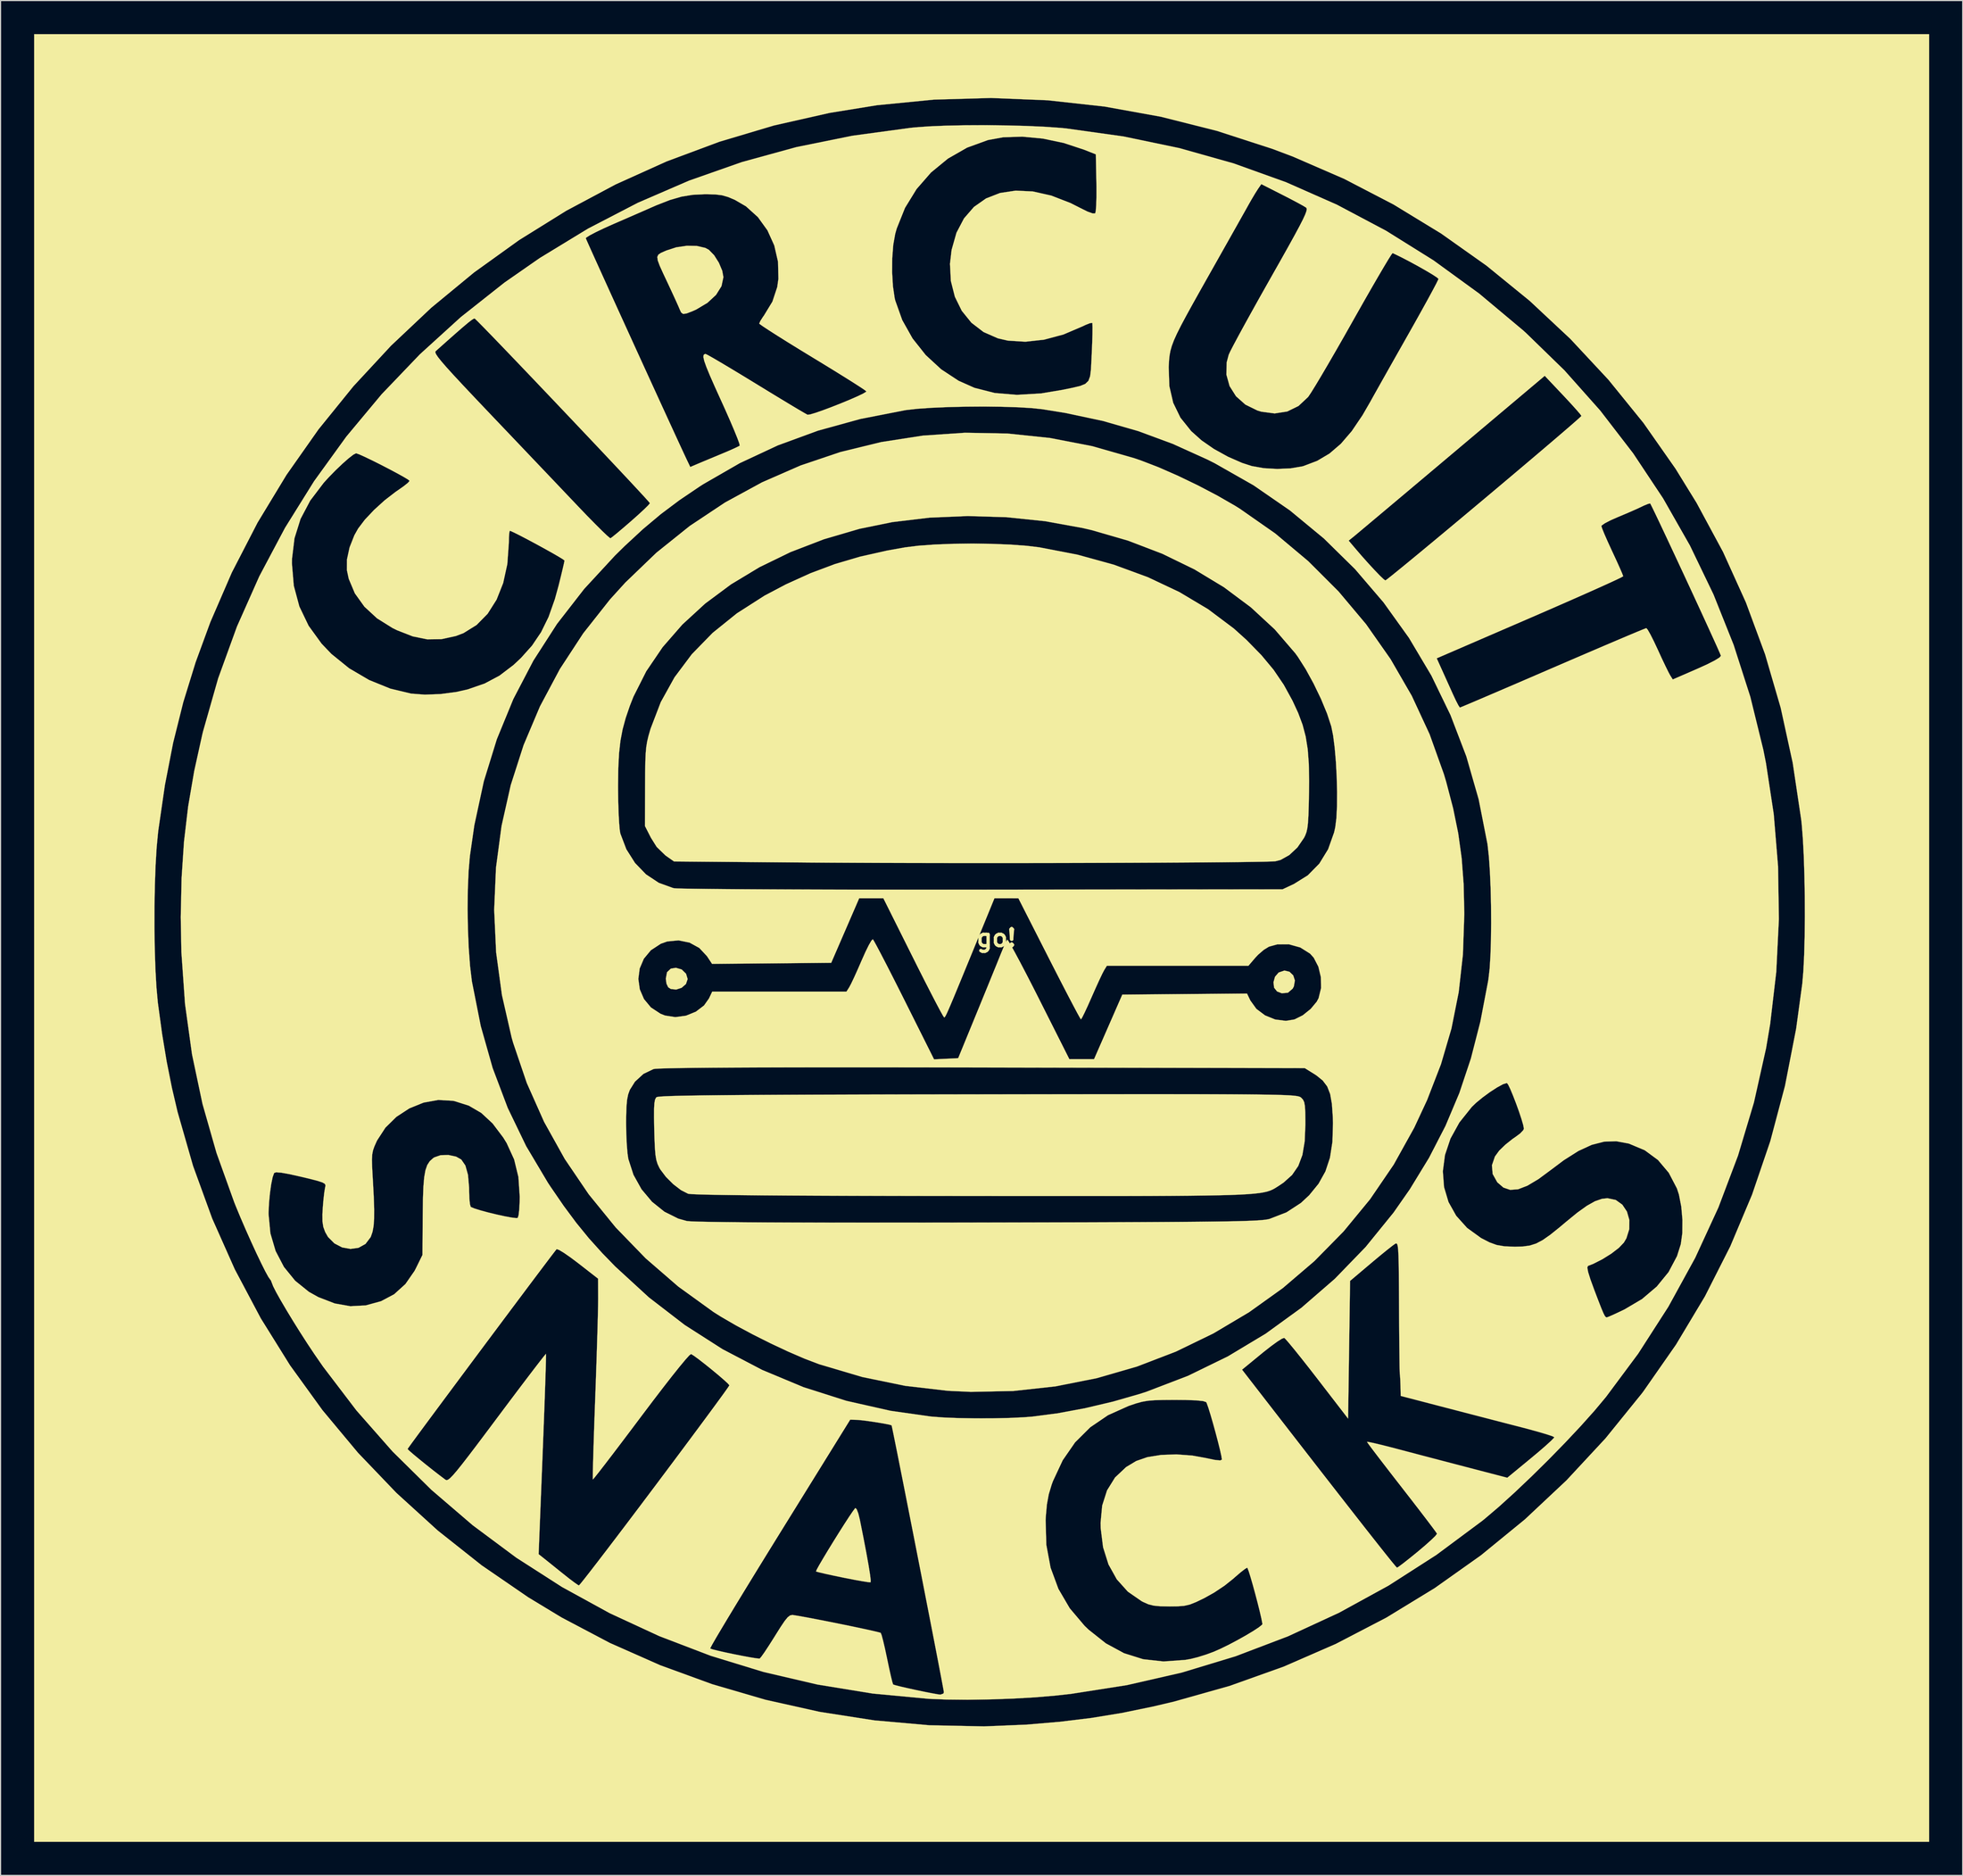
<source format=kicad_pcb>
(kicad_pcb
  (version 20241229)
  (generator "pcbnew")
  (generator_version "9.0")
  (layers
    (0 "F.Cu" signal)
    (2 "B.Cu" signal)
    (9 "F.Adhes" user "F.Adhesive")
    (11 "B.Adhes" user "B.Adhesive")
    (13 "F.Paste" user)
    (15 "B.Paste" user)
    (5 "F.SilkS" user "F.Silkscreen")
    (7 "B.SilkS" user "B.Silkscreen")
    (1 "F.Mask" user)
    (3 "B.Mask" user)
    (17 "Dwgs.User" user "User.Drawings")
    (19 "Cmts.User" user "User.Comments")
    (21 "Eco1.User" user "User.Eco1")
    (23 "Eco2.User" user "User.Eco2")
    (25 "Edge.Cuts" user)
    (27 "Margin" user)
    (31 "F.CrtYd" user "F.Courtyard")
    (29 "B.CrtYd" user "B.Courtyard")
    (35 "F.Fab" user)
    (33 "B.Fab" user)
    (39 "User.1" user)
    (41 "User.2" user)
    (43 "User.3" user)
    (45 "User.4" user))
  (footprint "Logo!"
    (layer "F.Cu")
    (at 84.731 80.823)
    (property "Reference" "Logo!" (at 0 0 0) (layer "F.SilkS") (effects (font (size 1.524 1.524) (thickness 0.3))))
    (attr through_hole)
    (fp_poly (pts (xy -26.822 2.815) (xy -26.432 3.196) (xy -26.288 3.672) (xy -26.442 4.119) (xy -26.823 4.449) (xy -27.315 4.612) (xy -27.797 4.558) (xy -28.029 4.405) (xy -28.182 4.084) (xy -28.242 3.641) (xy -28.133 3.058) (xy -27.794 2.74) (xy -27.346 2.664) (xy -26.822 2.815)) (stroke (width 0.01) (type solid)) (fill yes) (layer "F.SilkS"))
    (fp_poly (pts (xy 27.529 3.019) (xy 27.863 3.34) (xy 28.014 3.801) (xy 27.921 4.333) (xy 27.813 4.531) (xy 27.392 4.893) (xy 26.849 4.945) (xy 26.421 4.782) (xy 26.155 4.446) (xy 26.097 3.964) (xy 26.235 3.467) (xy 26.558 3.09) (xy 26.562 3.087) (xy 27.075 2.911) (xy 27.529 3.019)) (stroke (width 0.01) (type solid)) (fill yes) (layer "F.SilkS"))
    (fp_poly (pts (xy -25.454 -61.88) (xy -24.706 -61.705) (xy -24.392 -61.536) (xy -23.922 -61.053) (xy -23.498 -60.382) (xy -23.196 -59.666) (xy -23.091 -59.09) (xy -23.262 -58.285) (xy -23.75 -57.506) (xy -24.518 -56.795) (xy -25.528 -56.193) (xy -25.846 -56.051) (xy -26.382 -55.844) (xy -26.693 -55.801) (xy -26.871 -55.932) (xy -26.984 -56.173) (xy -27.118 -56.489) (xy -27.368 -57.045) (xy -27.697 -57.759) (xy -28.032 -58.48) (xy -28.482 -59.435) (xy -28.791 -60.12) (xy -28.964 -60.59) (xy -29.003 -60.898) (xy -28.911 -61.1) (xy -28.692 -61.251) (xy -28.349 -61.405) (xy -28.202 -61.469) (xy -27.306 -61.76) (xy -26.355 -61.898) (xy -25.454 -61.88)) (stroke (width 0.01) (type solid)) (fill yes) (layer "F.SilkS"))
    (fp_poly (pts (xy -11.169 51.086) (xy -11.024 51.468) (xy -10.892 52.004) (xy -10.573 53.605) (xy -10.312 54.97) (xy -10.113 56.075) (xy -9.981 56.898) (xy -9.917 57.419) (xy -9.927 57.615) (xy -9.927 57.615) (xy -10.132 57.602) (xy -10.617 57.527) (xy -11.316 57.402) (xy -12.16 57.238) (xy -12.394 57.191) (xy -13.261 57.011) (xy -13.994 56.851) (xy -14.526 56.726) (xy -14.793 56.652) (xy -14.81 56.642) (xy -14.744 56.474) (xy -14.52 56.066) (xy -14.173 55.474) (xy -13.741 54.755) (xy -13.257 53.968) (xy -12.759 53.169) (xy -12.281 52.416) (xy -11.859 51.766) (xy -11.528 51.277) (xy -11.325 51.005) (xy -11.287 50.97) (xy -11.169 51.086)) (stroke (width 0.01) (type solid)) (fill yes) (layer "F.SilkS"))
    (fp_poly (pts (xy 0.913 -35.244) (xy 2.561 -35.178) (xy 4.038 -35.07) (xy 5.151 -34.935) (xy 8.575 -34.274) (xy 11.821 -33.379) (xy 14.865 -32.261) (xy 17.684 -30.931) (xy 20.253 -29.398) (xy 22.55 -27.675) (xy 23.686 -26.652) (xy 25.023 -25.284) (xy 26.11 -23.978) (xy 27.017 -22.643) (xy 27.795 -21.226) (xy 28.31 -20.113) (xy 28.7 -19.067) (xy 28.979 -18.012) (xy 29.161 -16.874) (xy 29.258 -15.576) (xy 29.286 -14.044) (xy 29.277 -13.072) (xy 29.253 -11.872) (xy 29.225 -10.97) (xy 29.185 -10.307) (xy 29.129 -9.825) (xy 29.049 -9.466) (xy 28.939 -9.172) (xy 28.832 -8.958) (xy 28.242 -8.098) (xy 27.515 -7.417) (xy 26.732 -6.979) (xy 26.258 -6.858) (xy 25.925 -6.839) (xy 25.263 -6.82) (xy 24.297 -6.803) (xy 23.054 -6.787) (xy 21.559 -6.772) (xy 19.837 -6.758) (xy 17.915 -6.746) (xy 15.819 -6.735) (xy 13.574 -6.725) (xy 11.206 -6.717) (xy 8.741 -6.71) (xy 6.205 -6.705) (xy 3.624 -6.702) (xy 1.023 -6.701) (xy -1.572 -6.701) (xy -4.134 -6.704) (xy -6.639 -6.708) (xy -9.06 -6.714) (xy -11.372 -6.723) (xy -13.548 -6.733) (xy -15.563 -6.746) (xy -16.015 -6.75) (xy -27.501 -6.838) (xy -28.269 -7.378) (xy -29.056 -8.141) (xy -29.572 -8.964) (xy -30.107 -10.011) (xy -30.095 -13.576) (xy -30.089 -14.81) (xy -30.073 -15.759) (xy -30.043 -16.489) (xy -29.99 -17.071) (xy -29.909 -17.572) (xy -29.793 -18.061) (xy -29.635 -18.608) (xy -29.598 -18.728) (xy -28.691 -21.093) (xy -27.462 -23.309) (xy -25.916 -25.373) (xy -24.056 -27.281) (xy -21.885 -29.03) (xy -19.406 -30.616) (xy -17.496 -31.624) (xy -15.291 -32.622) (xy -13.119 -33.436) (xy -10.874 -34.098) (xy -8.451 -34.643) (xy -6.838 -34.931) (xy -5.644 -35.079) (xy -4.185 -35.184) (xy -2.547 -35.247) (xy -0.819 -35.267) (xy 0.913 -35.244)) (stroke (width 0.01) (type solid)) (fill yes) (layer "F.SilkS"))
    (fp_poly (pts (xy 17.289 13.966) (xy 19.227 13.968) (xy 20.923 13.973) (xy 22.396 13.979) (xy 23.661 13.987) (xy 24.735 13.997) (xy 25.633 14.01) (xy 26.374 14.025) (xy 26.972 14.044) (xy 27.444 14.065) (xy 27.807 14.089) (xy 28.078 14.117) (xy 28.271 14.148) (xy 28.405 14.183) (xy 28.495 14.221) (xy 28.557 14.264) (xy 28.578 14.282) (xy 28.74 14.458) (xy 28.847 14.687) (xy 28.911 15.038) (xy 28.942 15.583) (xy 28.952 16.391) (xy 28.952 16.692) (xy 28.889 18.188) (xy 28.685 19.401) (xy 28.316 20.384) (xy 27.76 21.192) (xy 26.995 21.875) (xy 26.62 22.129) (xy 26.417 22.259) (xy 26.228 22.377) (xy 26.035 22.483) (xy 25.822 22.578) (xy 25.569 22.663) (xy 25.259 22.737) (xy 24.875 22.802) (xy 24.398 22.858) (xy 23.81 22.906) (xy 23.094 22.947) (xy 22.232 22.981) (xy 21.205 23.008) (xy 19.997 23.03) (xy 18.589 23.046) (xy 16.962 23.058) (xy 15.101 23.067) (xy 12.985 23.072) (xy 10.599 23.074) (xy 7.923 23.074) (xy 4.94 23.073) (xy 1.632 23.072) (xy -0.867 23.07) (xy -4.842 23.067) (xy -8.466 23.061) (xy -11.742 23.053) (xy -14.674 23.043) (xy -17.266 23.031) (xy -19.523 23.016) (xy -21.447 22.998) (xy -23.043 22.979) (xy -24.315 22.957) (xy -25.265 22.932) (xy -25.9 22.905) (xy -26.221 22.876) (xy -26.25 22.869) (xy -26.881 22.548) (xy -27.578 22.013) (xy -28.233 21.36) (xy -28.739 20.686) (xy -28.824 20.538) (xy -28.979 20.208) (xy -29.09 19.847) (xy -29.167 19.387) (xy -29.219 18.757) (xy -29.255 17.889) (xy -29.276 17.131) (xy -29.295 16.065) (xy -29.292 15.301) (xy -29.264 14.784) (xy -29.207 14.461) (xy -29.116 14.279) (xy -29.073 14.236) (xy -28.967 14.206) (xy -28.716 14.178) (xy -28.307 14.153) (xy -27.725 14.13) (xy -26.958 14.109) (xy -25.991 14.09) (xy -24.811 14.073) (xy -23.406 14.058) (xy -21.76 14.044) (xy -19.861 14.032) (xy -17.695 14.021) (xy -15.249 14.011) (xy -12.508 14.003) (xy -9.46 13.995) (xy -6.091 13.988) (xy -2.388 13.983) (xy -0.302 13.98) (xy 3.422 13.975) (xy 6.808 13.971) (xy 9.871 13.968) (xy 12.628 13.966) (xy 15.095 13.965) (xy 17.289 13.966)) (stroke (width 0.01) (type solid)) (fill yes) (layer "F.SilkS"))
    (fp_poly (pts (xy 84.726 80.818) (xy -84.726 80.818) (xy -84.726 -0.889) (xy -73.969 -0.889) (xy -73.941 1.011) (xy -73.882 2.797) (xy -73.792 4.392) (xy -73.672 5.719) (xy -73.655 5.862) (xy -73.285 8.578) (xy -72.876 11.053) (xy -72.407 13.402) (xy -71.906 15.542) (xy -70.518 20.382) (xy -68.808 25.082) (xy -66.786 29.628) (xy -64.462 34.009) (xy -61.845 38.212) (xy -58.944 42.223) (xy -55.771 46.029) (xy -52.333 49.619) (xy -48.642 52.979) (xy -44.707 56.097) (xy -40.537 58.959) (xy -37.567 60.757) (xy -33.245 63.037) (xy -28.743 65.029) (xy -24.093 66.725) (xy -19.329 68.117) (xy -14.483 69.198) (xy -9.589 69.96) (xy -4.677 70.395) (xy 0.217 70.497) (xy 3.997 70.34) (xy 7.006 70.085) (xy 9.804 69.745) (xy 12.531 69.299) (xy 15.325 68.724) (xy 17.2 68.282) (xy 22.175 66.88) (xy 27.006 65.156) (xy 31.681 63.118) (xy 36.189 60.774) (xy 40.516 58.132) (xy 44.652 55.2) (xy 48.584 51.986) (xy 52.3 48.498) (xy 55.789 44.743) (xy 59.037 40.731) (xy 59.187 40.531) (xy 62.094 36.364) (xy 64.682 32.046) (xy 66.949 27.574) (xy 68.898 22.948) (xy 70.528 18.165) (xy 71.841 13.224) (xy 72.836 8.125) (xy 73.387 4.085) (xy 73.484 2.936) (xy 73.554 1.506) (xy 73.598 -0.13) (xy 73.616 -1.898) (xy 73.609 -3.725) (xy 73.577 -5.536) (xy 73.522 -7.258) (xy 73.442 -8.816) (xy 73.339 -10.137) (xy 73.293 -10.569) (xy 72.532 -15.658) (xy 71.456 -20.585) (xy 70.063 -25.362) (xy 68.347 -30.003) (xy 66.303 -34.518) (xy 63.928 -38.92) (xy 62.048 -41.968) (xy 59.187 -46.051) (xy 56.049 -49.921) (xy 52.652 -53.565) (xy 49.014 -56.968) (xy 45.152 -60.115) (xy 41.086 -62.994) (xy 36.832 -65.588) (xy 32.409 -67.885) (xy 27.835 -69.87) (xy 26.022 -70.554) (xy 21.045 -72.169) (xy 16.031 -73.434) (xy 10.986 -74.346) (xy 5.918 -74.905) (xy 0.833 -75.112) (xy -4.262 -74.965) (xy -9.361 -74.464) (xy -13.588 -73.779) (xy -18.582 -72.65) (xy -23.447 -71.199) (xy -28.171 -69.439) (xy -32.741 -67.378) (xy -37.143 -65.029) (xy -41.364 -62.403) (xy -45.392 -59.509) (xy -49.212 -56.359) (xy -52.812 -52.964) (xy -56.179 -49.334) (xy -59.299 -45.481) (xy -62.159 -41.415) (xy -64.747 -37.146) (xy -67.048 -32.687) (xy -68.973 -28.242) (xy -70.29 -24.652) (xy -71.391 -21.089) (xy -72.297 -17.464) (xy -73.032 -13.689) (xy -73.616 -9.676) (xy -73.648 -9.412) (xy -73.773 -8.094) (xy -73.868 -6.505) (xy -73.932 -4.724) (xy -73.966 -2.826) (xy -73.969 -0.889) (xy -84.726 -0.889) (xy -84.726 -80.818) (xy 84.726 -80.818) (xy 84.726 80.818)) (stroke (width 0.01) (type solid)) (fill yes) (layer "F.SilkS"))
    (fp_poly (pts (xy 2.306 -45.109) (xy 6.107 -44.711) (xy 9.892 -43.978) (xy 13.641 -42.905) (xy 14.245 -42.698) (xy 15.812 -42.095) (xy 17.55 -41.333) (xy 19.345 -40.469) (xy 21.084 -39.557) (xy 22.654 -38.654) (xy 23.091 -38.382) (xy 26.26 -36.168) (xy 29.208 -33.694) (xy 31.92 -30.983) (xy 34.378 -28.058) (xy 36.565 -24.94) (xy 38.466 -21.652) (xy 40.061 -18.216) (xy 41.336 -14.655) (xy 41.547 -13.946) (xy 42.165 -11.587) (xy 42.62 -9.357) (xy 42.927 -7.138) (xy 43.103 -4.816) (xy 43.162 -2.276) (xy 43.162 -2.101) (xy 43.04 1.47) (xy 42.662 4.847) (xy 42.013 8.097) (xy 41.076 11.289) (xy 39.837 14.489) (xy 38.685 16.963) (xy 36.85 20.263) (xy 34.738 23.359) (xy 32.368 26.237) (xy 29.762 28.888) (xy 26.939 31.3) (xy 23.92 33.46) (xy 20.726 35.358) (xy 17.378 36.982) (xy 13.894 38.32) (xy 10.297 39.361) (xy 6.605 40.094) (xy 2.841 40.506) (xy -0.977 40.586) (xy -3.02 40.49) (xy -6.843 40.045) (xy -10.675 39.256) (xy -14.476 38.13) (xy -14.565 38.1) (xy -15.83 37.619) (xy -17.296 36.986) (xy -18.87 36.248) (xy -20.46 35.451) (xy -21.971 34.641) (xy -23.31 33.864) (xy -23.979 33.442) (xy -27.125 31.17) (xy -30.043 28.644) (xy -32.719 25.885) (xy -35.136 22.916) (xy -37.278 19.759) (xy -39.062 16.555) (xy -31.791 16.555) (xy -31.776 17.518) (xy -31.733 18.449) (xy -31.669 19.237) (xy -31.595 19.752) (xy -31.135 21.176) (xy -30.414 22.47) (xy -29.476 23.587) (xy -28.366 24.477) (xy -27.13 25.093) (xy -26.364 25.307) (xy -26.033 25.336) (xy -25.348 25.362) (xy -24.311 25.384) (xy -22.922 25.404) (xy -21.184 25.42) (xy -19.098 25.433) (xy -16.665 25.442) (xy -13.886 25.449) (xy -10.764 25.452) (xy -7.299 25.451) (xy -3.492 25.448) (xy -0.337 25.443) (xy 3.187 25.436) (xy 6.374 25.429) (xy 9.241 25.422) (xy 11.805 25.414) (xy 14.084 25.405) (xy 16.095 25.395) (xy 17.857 25.384) (xy 19.386 25.372) (xy 20.7 25.358) (xy 21.816 25.342) (xy 22.753 25.324) (xy 23.528 25.303) (xy 24.157 25.28) (xy 24.66 25.254) (xy 25.052 25.225) (xy 25.353 25.193) (xy 25.579 25.158) (xy 25.747 25.119) (xy 25.755 25.116) (xy 27.265 24.531) (xy 28.553 23.691) (xy 29.292 23.003) (xy 30.129 21.976) (xy 30.743 20.876) (xy 31.151 19.646) (xy 31.371 18.226) (xy 31.42 16.56) (xy 31.404 16.004) (xy 31.323 14.834) (xy 31.166 13.947) (xy 30.903 13.274) (xy 30.503 12.744) (xy 29.938 12.289) (xy 29.75 12.167) (xy 28.892 11.634) (xy 0.103 11.582) (xy -4.104 11.575) (xy -7.963 11.571) (xy -11.479 11.569) (xy -14.658 11.57) (xy -17.508 11.574) (xy -20.034 11.58) (xy -22.244 11.589) (xy -24.142 11.6) (xy -25.736 11.614) (xy -27.032 11.631) (xy -28.036 11.651) (xy -28.754 11.674) (xy -29.194 11.699) (xy -29.344 11.72) (xy -30.242 12.152) (xy -31.001 12.848) (xy -31.461 13.581) (xy -31.606 13.978) (xy -31.704 14.459) (xy -31.761 15.1) (xy -31.787 15.98) (xy -31.791 16.555) (xy -39.062 16.555) (xy -39.129 16.434) (xy -40.673 12.965) (xy -41.893 9.372) (xy -42.03 8.889) (xy -42.897 5.094) (xy -43.092 3.662) (xy -30.698 3.662) (xy -30.568 4.594) (xy -30.193 5.463) (xy -29.574 6.21) (xy -28.716 6.774) (xy -28.314 6.933) (xy -27.391 7.076) (xy -26.44 6.949) (xy -25.552 6.589) (xy -24.822 6.032) (xy -24.384 5.411) (xy -24.091 4.796) (xy -12.087 4.796) (xy -11.834 4.396) (xy -11.666 4.079) (xy -11.398 3.515) (xy -11.069 2.786) (xy -10.73 2.008) (xy -10.393 1.254) (xy -10.094 0.647) (xy -9.863 0.246) (xy -9.733 0.112) (xy -9.729 0.114) (xy -9.616 0.289) (xy -9.365 0.746) (xy -8.996 1.445) (xy -8.527 2.349) (xy -7.979 3.421) (xy -7.371 4.623) (xy -6.916 5.529) (xy -4.253 10.852) (xy -3.175 10.799) (xy -2.096 10.746) (xy -0.42 6.661) (xy 0.072 5.459) (xy 0.547 4.298) (xy 0.978 3.241) (xy 1.341 2.35) (xy 1.609 1.686) (xy 1.716 1.421) (xy 1.961 0.828) (xy 2.165 0.37) (xy 2.285 0.145) (xy 2.287 0.143) (xy 2.39 0.266) (xy 2.632 0.672) (xy 2.993 1.325) (xy 3.456 2.19) (xy 4.001 3.232) (xy 4.609 4.414) (xy 5.122 5.427) (xy 7.846 10.835) (xy 10.053 10.835) (xy 11.317 7.949) (xy 12.58 5.062) (xy 18.157 5.015) (xy 23.733 4.969) (xy 24.029 5.588) (xy 24.569 6.338) (xy 25.343 6.919) (xy 26.254 7.289) (xy 27.207 7.409) (xy 27.977 7.282) (xy 28.718 6.912) (xy 29.421 6.349) (xy 29.962 5.702) (xy 30.133 5.382) (xy 30.352 4.486) (xy 30.338 3.51) (xy 30.113 2.565) (xy 29.698 1.762) (xy 29.371 1.398) (xy 28.494 0.847) (xy 27.48 0.566) (xy 26.437 0.571) (xy 25.694 0.776) (xy 25.236 1.057) (xy 24.724 1.498) (xy 24.484 1.753) (xy 23.856 2.487) (xy 11.198 2.487) (xy 10.953 2.886) (xy 10.788 3.202) (xy 10.521 3.765) (xy 10.189 4.493) (xy 9.84 5.284) (xy 9.5 6.049) (xy 9.208 6.677) (xy 8.993 7.108) (xy 8.884 7.278) (xy 8.882 7.279) (xy 8.783 7.125) (xy 8.543 6.691) (xy 8.182 6.012) (xy 7.717 5.126) (xy 7.169 4.068) (xy 6.556 2.874) (xy 6.039 1.862) (xy 3.286 -3.55) (xy 1.148 -3.552) (xy -0.436 0.311) (xy -1.123 1.984) (xy -1.688 3.358) (xy -2.143 4.462) (xy -2.501 5.326) (xy -2.776 5.978) (xy -2.979 6.448) (xy -3.124 6.767) (xy -3.222 6.962) (xy -3.286 7.063) (xy -3.33 7.101) (xy -3.351 7.105) (xy -3.455 6.952) (xy -3.698 6.517) (xy -4.059 5.838) (xy -4.52 4.95) (xy -5.062 3.892) (xy -5.666 2.699) (xy -6.128 1.776) (xy -8.788 -3.552) (xy -10.949 -3.552) (xy -12.199 -0.666) (xy -13.45 2.22) (xy -18.778 2.267) (xy -24.106 2.314) (xy -24.564 1.623) (xy -25.249 0.89) (xy -26.122 0.413) (xy -27.104 0.213) (xy -28.116 0.312) (xy -28.686 0.513) (xy -29.576 1.094) (xy -30.205 1.852) (xy -30.578 2.728) (xy -30.698 3.662) (xy -43.092 3.662) (xy -43.415 1.286) (xy -43.59 -2.514) (xy -43.427 -6.287) (xy -42.931 -10.013) (xy -42.112 -13.65) (xy -32.511 -13.65) (xy -32.511 -13.334) (xy -32.497 -12.236) (xy -32.466 -11.212) (xy -32.419 -10.335) (xy -32.363 -9.677) (xy -32.308 -9.341) (xy -31.773 -7.936) (xy -30.993 -6.704) (xy -30.01 -5.688) (xy -28.866 -4.93) (xy -27.603 -4.473) (xy -27.492 -4.45) (xy -27.23 -4.432) (xy -26.632 -4.416) (xy -25.72 -4.401) (xy -24.512 -4.387) (xy -23.03 -4.374) (xy -21.292 -4.362) (xy -19.32 -4.352) (xy -17.134 -4.343) (xy -14.753 -4.335) (xy -12.197 -4.329) (xy -9.487 -4.325) (xy -6.643 -4.323) (xy -3.685 -4.323) (xy -0.633 -4.324) (xy 0.089 -4.325) (xy 26.91 -4.352) (xy 27.922 -4.826) (xy 29.167 -5.601) (xy 30.194 -6.644) (xy 30.984 -7.932) (xy 31.52 -9.439) (xy 31.622 -9.896) (xy 31.725 -10.713) (xy 31.779 -11.794) (xy 31.787 -13.051) (xy 31.753 -14.398) (xy 31.681 -15.746) (xy 31.573 -17.009) (xy 31.434 -18.099) (xy 31.269 -18.917) (xy 30.891 -20.067) (xy 30.347 -21.38) (xy 29.692 -22.74) (xy 28.983 -24.033) (xy 28.277 -25.144) (xy 28.04 -25.47) (xy 26.208 -27.599) (xy 24.078 -29.567) (xy 21.675 -31.36) (xy 19.027 -32.961) (xy 16.159 -34.356) (xy 13.097 -35.528) (xy 9.868 -36.464) (xy 9.021 -36.662) (xy 5.672 -37.269) (xy 2.227 -37.625) (xy -1.244 -37.73) (xy -4.67 -37.584) (xy -7.98 -37.188) (xy -10.924 -36.587) (xy -14.1 -35.656) (xy -17.085 -34.509) (xy -19.862 -33.159) (xy -22.413 -31.62) (xy -24.719 -29.906) (xy -26.762 -28.03) (xy -28.525 -26.007) (xy -29.99 -23.85) (xy -31.139 -21.573) (xy -31.462 -20.752) (xy -31.83 -19.671) (xy -32.105 -18.657) (xy -32.299 -17.63) (xy -32.424 -16.507) (xy -32.491 -15.207) (xy -32.511 -13.65) (xy -42.112 -13.65) (xy -42.107 -13.673) (xy -40.959 -17.245) (xy -39.493 -20.711) (xy -37.713 -24.05) (xy -35.625 -27.242) (xy -33.233 -30.269) (xy -31.863 -31.779) (xy -29.082 -34.452) (xy -26.102 -36.841) (xy -22.945 -38.941) (xy -19.633 -40.746) (xy -16.187 -42.252) (xy -12.628 -43.453) (xy -8.978 -44.344) (xy -5.258 -44.921) (xy -1.49 -45.177) (xy 2.306 -45.109)) (stroke (width 0.01) (type solid)) (fill yes) (layer "F.SilkS"))
    (fp_poly (pts (xy 2.212 -72.659) (xy 3.998 -72.612) (xy 5.641 -72.538) (xy 7.061 -72.438) (xy 7.549 -72.391) (xy 12.688 -71.672) (xy 17.681 -70.63) (xy 22.528 -69.265) (xy 27.225 -67.578) (xy 31.772 -65.57) (xy 36.166 -63.241) (xy 40.406 -60.593) (xy 44.489 -57.625) (xy 48.414 -54.34) (xy 48.669 -54.111) (xy 52.113 -50.762) (xy 55.314 -47.164) (xy 58.259 -43.34) (xy 60.938 -39.31) (xy 63.337 -35.097) (xy 65.444 -30.721) (xy 67.249 -26.204) (xy 68.739 -21.568) (xy 69.901 -16.834) (xy 70.14 -15.631) (xy 70.834 -11.079) (xy 71.219 -6.412) (xy 71.294 -1.69) (xy 71.06 3.027) (xy 70.516 7.679) (xy 70.148 9.858) (xy 69.063 14.705) (xy 67.64 19.455) (xy 65.886 24.093) (xy 63.808 28.603) (xy 61.412 32.969) (xy 58.707 37.175) (xy 55.833 41.039) (xy 54.808 42.265) (xy 53.567 43.652) (xy 52.171 45.138) (xy 50.681 46.663) (xy 49.157 48.165) (xy 47.661 49.585) (xy 46.253 50.861) (xy 44.993 51.933) (xy 44.761 52.12) (xy 40.665 55.164) (xy 36.396 57.903) (xy 31.969 60.331) (xy 27.399 62.442) (xy 22.702 64.229) (xy 17.891 65.687) (xy 12.983 66.81) (xy 7.992 67.591) (xy 6.572 67.748) (xy 4.78 67.899) (xy 2.809 68.012) (xy 0.765 68.084) (xy -1.246 68.114) (xy -3.115 68.098) (xy -4.707 68.035) (xy -9.739 67.561) (xy -14.681 66.755) (xy -19.518 65.626) (xy -24.234 64.181) (xy -25.929 63.533) (xy -24.272 63.533) (xy -24.063 63.609) (xy -23.589 63.729) (xy -22.933 63.877) (xy -22.179 64.036) (xy -21.413 64.188) (xy -20.717 64.317) (xy -20.176 64.405) (xy -19.875 64.435) (xy -19.846 64.432) (xy -19.702 64.269) (xy -19.413 63.862) (xy -19.021 63.268) (xy -18.564 62.546) (xy -18.492 62.431) (xy -17.984 61.621) (xy -17.614 61.072) (xy -17.342 60.739) (xy -17.127 60.575) (xy -16.931 60.534) (xy -16.859 60.54) (xy -16.358 60.621) (xy -15.633 60.752) (xy -14.746 60.92) (xy -13.756 61.114) (xy -12.725 61.321) (xy -11.713 61.528) (xy -10.78 61.724) (xy -9.988 61.896) (xy -9.397 62.032) (xy -9.067 62.118) (xy -9.021 62.138) (xy -8.939 62.35) (xy -8.808 62.84) (xy -8.644 63.538) (xy -8.466 64.372) (xy -8.448 64.461) (xy -8.272 65.3) (xy -8.114 66.006) (xy -7.99 66.51) (xy -7.917 66.742) (xy -7.913 66.748) (xy -7.715 66.816) (xy -7.253 66.934) (xy -6.61 67.082) (xy -5.873 67.244) (xy -5.124 67.4) (xy -4.448 67.533) (xy -3.931 67.625) (xy -3.686 67.656) (xy -3.423 67.565) (xy -3.375 67.446) (xy -3.408 67.24) (xy -3.503 66.724) (xy -3.653 65.93) (xy -3.851 64.894) (xy -4.09 63.651) (xy -4.364 62.234) (xy -4.667 60.679) (xy -4.99 59.02) (xy -5.327 57.292) (xy -5.672 55.529) (xy -6.018 53.765) (xy -6.352 52.069) (xy 5.723 52.069) (xy 5.785 54.261) (xy 6.167 56.309) (xy 6.866 58.203) (xy 7.88 59.936) (xy 9.206 61.503) (xy 9.564 61.847) (xy 11.111 63.074) (xy 12.736 63.954) (xy 14.448 64.492) (xy 16.261 64.691) (xy 18.186 64.554) (xy 18.715 64.462) (xy 19.345 64.303) (xy 20.118 64.059) (xy 20.758 63.823) (xy 21.38 63.549) (xy 22.108 63.191) (xy 22.877 62.784) (xy 23.623 62.366) (xy 24.28 61.973) (xy 24.784 61.643) (xy 25.07 61.413) (xy 25.111 61.341) (xy 25.023 60.878) (xy 24.873 60.223) (xy 24.68 59.45) (xy 24.465 58.631) (xy 24.247 57.837) (xy 24.046 57.141) (xy 23.881 56.617) (xy 23.771 56.335) (xy 23.747 56.306) (xy 23.552 56.418) (xy 23.168 56.716) (xy 22.669 57.142) (xy 22.497 57.296) (xy 21.73 57.908) (xy 20.802 58.527) (xy 19.907 59.028) (xy 19.176 59.38) (xy 18.626 59.599) (xy 18.125 59.715) (xy 17.54 59.762) (xy 16.799 59.77) (xy 15.972 59.756) (xy 15.383 59.7) (xy 14.913 59.58) (xy 14.446 59.373) (xy 14.299 59.296) (xy 13.077 58.45) (xy 12.089 57.35) (xy 11.346 56.018) (xy 10.861 54.48) (xy 10.647 52.76) (xy 10.637 52.302) (xy 10.781 50.752) (xy 11.215 49.395) (xy 11.93 48.243) (xy 12.921 47.309) (xy 13.829 46.764) (xy 14.823 46.421) (xy 16.051 46.224) (xy 17.42 46.175) (xy 18.839 46.28) (xy 20.027 46.495) (xy 20.845 46.667) (xy 21.331 46.716) (xy 21.488 46.645) (xy 21.439 46.322) (xy 21.314 45.758) (xy 21.132 45.029) (xy 20.917 44.212) (xy 20.688 43.384) (xy 20.467 42.622) (xy 20.274 42.002) (xy 20.132 41.603) (xy 20.077 41.498) (xy 19.797 41.407) (xy 19.174 41.344) (xy 18.22 41.31) (xy 17.265 41.303) (xy 16.22 41.309) (xy 15.441 41.333) (xy 14.838 41.384) (xy 14.323 41.476) (xy 13.804 41.619) (xy 13.193 41.826) (xy 13.136 41.846) (xy 11.304 42.669) (xy 9.712 43.752) (xy 8.361 45.096) (xy 7.249 46.703) (xy 6.376 48.573) (xy 6.265 48.876) (xy 6.003 49.748) (xy 5.836 50.658) (xy 5.739 51.744) (xy 5.723 52.069) (xy -6.352 52.069) (xy -6.358 52.036) (xy -6.686 50.375) (xy -6.993 48.818) (xy -7.275 47.398) (xy -7.523 46.151) (xy -7.732 45.112) (xy -7.894 44.313) (xy -8.002 43.791) (xy -8.051 43.58) (xy -8.052 43.577) (xy -8.253 43.516) (xy -8.706 43.426) (xy -9.312 43.323) (xy -9.971 43.223) (xy -10.583 43.141) (xy -11.048 43.094) (xy -11.161 43.088) (xy -11.754 43.073) (xy -18.063 53.253) (xy -19.13 54.978) (xy -20.137 56.614) (xy -21.069 58.135) (xy -21.912 59.518) (xy -22.65 60.738) (xy -23.268 61.769) (xy -23.752 62.586) (xy -24.085 63.165) (xy -24.254 63.481) (xy -24.272 63.533) (xy -25.929 63.533) (xy -28.817 62.429) (xy -33.25 60.378) (xy -37.52 58.036) (xy -41.611 55.411) (xy -45.51 52.511) (xy -49.202 49.345) (xy -52.672 45.921) (xy -52.873 45.694) (xy -51.333 45.694) (xy -51.203 45.831) (xy -50.854 46.135) (xy -50.347 46.556) (xy -49.746 47.044) (xy -49.112 47.549) (xy -48.506 48.02) (xy -47.991 48.408) (xy -47.935 48.448) (xy -47.841 48.481) (xy -47.713 48.44) (xy -47.532 48.302) (xy -47.276 48.041) (xy -46.927 47.635) (xy -46.464 47.059) (xy -45.867 46.289) (xy -45.115 45.3) (xy -44.189 44.068) (xy -43.317 42.902) (xy -42.383 41.654) (xy -41.515 40.5) (xy -40.737 39.472) (xy -40.072 38.599) (xy -39.542 37.91) (xy -39.169 37.434) (xy -38.977 37.203) (xy -38.956 37.185) (xy -38.952 37.367) (xy -38.963 37.871) (xy -38.985 38.662) (xy -39.019 39.706) (xy -39.062 40.971) (xy -39.115 42.421) (xy -39.176 44.024) (xy -39.243 45.746) (xy -39.259 46.167) (xy -39.615 55.097) (xy -39.213 55.416) (xy -38.898 55.667) (xy -38.393 56.072) (xy -37.785 56.562) (xy -37.478 56.808) (xy -36.893 57.271) (xy -36.409 57.636) (xy -36.094 57.854) (xy -36.014 57.893) (xy -35.887 57.757) (xy -35.566 57.36) (xy -35.07 56.727) (xy -34.416 55.881) (xy -33.623 54.847) (xy -32.71 53.649) (xy -31.695 52.311) (xy -30.597 50.857) (xy -29.434 49.31) (xy -29.22 49.026) (xy -28.049 47.462) (xy -26.943 45.982) (xy -25.921 44.609) (xy -25.001 43.369) (xy -24.2 42.285) (xy -23.538 41.382) (xy -23.032 40.686) (xy -22.701 40.22) (xy -22.561 40.009) (xy -22.558 40) (xy -22.688 39.842) (xy -23.035 39.522) (xy -23.531 39.094) (xy -24.113 38.611) (xy -24.714 38.127) (xy -25.268 37.696) (xy -25.709 37.371) (xy -25.973 37.206) (xy -25.982 37.202) (xy -26.139 37.321) (xy -26.486 37.704) (xy -27.005 38.328) (xy -27.678 39.169) (xy -28.486 40.206) (xy -29.411 41.414) (xy -30.435 42.77) (xy -30.455 42.798) (xy -31.385 44.035) (xy -32.247 45.177) (xy -33.019 46.194) (xy -33.679 47.055) (xy -34.202 47.731) (xy -34.567 48.191) (xy -34.75 48.407) (xy -34.767 48.42) (xy -34.773 48.236) (xy -34.766 47.735) (xy -34.747 46.953) (xy -34.718 45.93) (xy -34.68 44.701) (xy -34.633 43.305) (xy -34.578 41.78) (xy -34.553 41.1) (xy -34.494 39.451) (xy -34.439 37.847) (xy -34.391 36.339) (xy -34.35 34.976) (xy -34.319 33.807) (xy -34.299 32.882) (xy -34.291 32.251) (xy -34.291 32.15) (xy -34.299 30.462) (xy -36.087 29.07) (xy -36.768 28.559) (xy -37.351 28.155) (xy -37.78 27.897) (xy -37.998 27.821) (xy -38.009 27.827) (xy -38.167 28.027) (xy -38.511 28.476) (xy -39.017 29.145) (xy -39.665 30.004) (xy -40.431 31.024) (xy -41.294 32.176) (xy -42.233 33.43) (xy -43.224 34.756) (xy -44.246 36.125) (xy -45.277 37.507) (xy -46.295 38.874) (xy -47.278 40.195) (xy -48.204 41.441) (xy -49.052 42.583) (xy -49.798 43.59) (xy -50.421 44.434) (xy -50.899 45.085) (xy -51.21 45.514) (xy -51.332 45.691) (xy -51.333 45.694) (xy -52.873 45.694) (xy -55.906 42.247) (xy -58.889 38.331) (xy -59.653 37.228) (xy -60.293 36.266) (xy -60.948 35.248) (xy -61.587 34.226) (xy -62.178 33.251) (xy -62.691 32.377) (xy -63.095 31.655) (xy -63.357 31.136) (xy -63.445 30.906) (xy -63.559 30.613) (xy -63.611 30.551) (xy -63.78 30.312) (xy -64.061 29.8) (xy -64.429 29.067) (xy -64.859 28.169) (xy -65.324 27.158) (xy -65.801 26.09) (xy -66.265 25.017) (xy -66.395 24.704) (xy -63.764 24.704) (xy -63.602 26.406) (xy -63.136 27.989) (xy -62.39 29.417) (xy -61.387 30.649) (xy -60.151 31.646) (xy -59.319 32.11) (xy -57.845 32.68) (xy -56.451 32.926) (xy -55.08 32.854) (xy -53.705 32.478) (xy -52.538 31.859) (xy -51.526 30.943) (xy -50.714 29.773) (xy -50.584 29.524) (xy -50.001 28.337) (xy -49.978 24.782) (xy -49.96 23.361) (xy -49.919 22.248) (xy -49.848 21.398) (xy -49.735 20.765) (xy -49.573 20.301) (xy -49.351 19.96) (xy -49.061 19.697) (xy -48.946 19.618) (xy -48.382 19.422) (xy -47.678 19.404) (xy -46.994 19.55) (xy -46.531 19.811) (xy -46.164 20.347) (xy -45.932 21.179) (xy -45.832 22.321) (xy -45.828 22.681) (xy -45.808 23.319) (xy -45.756 23.806) (xy -45.684 24.045) (xy -45.677 24.051) (xy -45.354 24.187) (xy -44.805 24.358) (xy -44.115 24.545) (xy -43.367 24.726) (xy -42.646 24.884) (xy -42.035 24.997) (xy -41.617 25.047) (xy -41.482 25.031) (xy -41.408 24.791) (xy -41.348 24.281) (xy -41.312 23.59) (xy -41.304 23.133) (xy -41.422 21.372) (xy -41.805 19.797) (xy -42.473 18.34) (xy -42.778 17.844) (xy -43.73 16.583) (xy -44.742 15.644) (xy -45.861 14.99) (xy -47.135 14.588) (xy -47.289 14.557) (xy -48.59 14.483) (xy -49.907 14.721) (xy -51.176 15.236) (xy -52.334 15.993) (xy -53.315 16.959) (xy -54.057 18.098) (xy -54.126 18.244) (xy -54.306 18.649) (xy -54.426 18.996) (xy -54.495 19.359) (xy -54.519 19.818) (xy -54.504 20.447) (xy -54.457 21.325) (xy -54.432 21.743) (xy -54.357 23.148) (xy -54.321 24.252) (xy -54.325 25.106) (xy -54.373 25.76) (xy -54.466 26.268) (xy -54.607 26.679) (xy -54.645 26.762) (xy -55.098 27.358) (xy -55.72 27.702) (xy -56.439 27.803) (xy -57.182 27.669) (xy -57.877 27.309) (xy -58.451 26.731) (xy -58.701 26.295) (xy -58.867 25.841) (xy -58.946 25.347) (xy -58.95 24.696) (xy -58.916 24.116) (xy -58.854 23.381) (xy -58.781 22.747) (xy -58.713 22.325) (xy -58.698 22.267) (xy -58.673 22.108) (xy -58.74 21.978) (xy -58.953 21.857) (xy -59.362 21.722) (xy -60.019 21.551) (xy -60.863 21.349) (xy -61.907 21.116) (xy -62.637 20.985) (xy -63.081 20.951) (xy -63.265 21.01) (xy -63.399 21.385) (xy -63.529 22.019) (xy -63.641 22.815) (xy -63.724 23.679) (xy -63.763 24.513) (xy -63.764 24.704) (xy -66.395 24.704) (xy -66.689 23.995) (xy -66.838 23.622) (xy -68.419 19.221) (xy -69.673 14.832) (xy -70.609 10.406) (xy -71.235 5.896) (xy -71.561 1.254) (xy -71.617 -1.865) (xy -71.601 -2.59) (xy -45.966 -2.59) (xy -45.938 -0.804) (xy -45.864 0.926) (xy -45.747 2.504) (xy -45.588 3.831) (xy -45.575 3.915) (xy -44.79 7.875) (xy -43.728 11.627) (xy -42.379 15.197) (xy -40.733 18.609) (xy -38.781 21.891) (xy -38.565 22.217) (xy -37.372 23.956) (xy -36.251 25.466) (xy -35.127 26.844) (xy -33.921 28.184) (xy -32.757 29.382) (xy -29.754 32.138) (xy -26.554 34.602) (xy -23.173 36.766) (xy -19.626 38.622) (xy -15.929 40.165) (xy -12.095 41.386) (xy -8.142 42.278) (xy -4.529 42.79) (xy -3.427 42.874) (xy -2.074 42.928) (xy -0.574 42.953) (xy 0.97 42.95) (xy 2.453 42.918) (xy 3.772 42.856) (xy 4.543 42.796) (xy 6.816 42.499) (xy 9.261 42.043) (xy 11.746 41.457) (xy 14.141 40.769) (xy 14.74 40.575) (xy 18.456 39.151) (xy 19.586 38.6) (xy 23.289 38.6) (xy 24.478 40.135) (xy 26.604 42.879) (xy 28.544 45.38) (xy 30.295 47.634) (xy 31.855 49.637) (xy 33.22 51.385) (xy 34.386 52.875) (xy 35.352 54.101) (xy 36.114 55.062) (xy 36.668 55.752) (xy 37.013 56.168) (xy 37.144 56.306) (xy 37.317 56.2) (xy 37.707 55.908) (xy 38.259 55.474) (xy 38.917 54.941) (xy 39.012 54.862) (xy 39.667 54.308) (xy 40.204 53.828) (xy 40.572 53.469) (xy 40.721 53.277) (xy 40.721 53.266) (xy 40.604 53.092) (xy 40.297 52.675) (xy 39.826 52.052) (xy 39.22 51.26) (xy 38.508 50.336) (xy 37.716 49.317) (xy 37.568 49.126) (xy 36.768 48.097) (xy 36.045 47.161) (xy 35.425 46.354) (xy 34.936 45.711) (xy 34.606 45.268) (xy 34.463 45.063) (xy 34.459 45.054) (xy 34.621 45.068) (xy 35.067 45.162) (xy 35.742 45.322) (xy 36.585 45.535) (xy 37.167 45.687) (xy 38.246 45.972) (xy 39.552 46.316) (xy 40.966 46.687) (xy 42.372 47.055) (xy 43.441 47.334) (xy 47.007 48.264) (xy 49.125 46.519) (xy 49.852 45.911) (xy 50.467 45.377) (xy 50.924 44.959) (xy 51.176 44.698) (xy 51.21 44.638) (xy 51.036 44.55) (xy 50.574 44.395) (xy 49.881 44.188) (xy 49.015 43.948) (xy 48.28 43.754) (xy 47.188 43.473) (xy 45.862 43.129) (xy 44.408 42.752) (xy 42.937 42.37) (xy 41.557 42.011) (xy 41.43 41.978) (xy 37.478 40.948) (xy 37.458 40.057) (xy 37.438 39.506) (xy 37.411 39.1) (xy 37.396 38.988) (xy 37.385 38.773) (xy 37.374 38.247) (xy 37.363 37.451) (xy 37.351 36.431) (xy 37.341 35.227) (xy 37.332 33.885) (xy 37.328 32.987) (xy 37.319 31.396) (xy 37.309 30.125) (xy 37.296 29.141) (xy 37.276 28.409) (xy 37.249 27.894) (xy 37.212 27.563) (xy 37.163 27.38) (xy 37.1 27.311) (xy 37.021 27.322) (xy 36.99 27.337) (xy 36.744 27.512) (xy 36.288 27.87) (xy 35.682 28.362) (xy 34.987 28.941) (xy 34.814 29.087) (xy 32.949 30.663) (xy 32.86 36.82) (xy 32.771 42.976) (xy 30.02 39.406) (xy 29.262 38.43) (xy 28.567 37.549) (xy 27.967 36.802) (xy 27.494 36.229) (xy 27.178 35.867) (xy 27.059 35.755) (xy 26.851 35.832) (xy 26.43 36.099) (xy 25.855 36.517) (xy 25.184 37.044) (xy 25.07 37.138) (xy 23.289 38.6) (xy 19.586 38.6) (xy 22.019 37.414) (xy 25.408 35.378) (xy 28.604 33.06) (xy 31.587 30.473) (xy 34.338 27.633) (xy 36.837 24.555) (xy 38.293 22.469) (xy 39.275 20.861) (xy 41.244 20.861) (xy 41.351 22.275) (xy 41.75 23.612) (xy 42.438 24.839) (xy 43.411 25.923) (xy 44.663 26.83) (xy 45.423 27.221) (xy 46.055 27.45) (xy 46.762 27.57) (xy 47.68 27.605) (xy 47.692 27.605) (xy 48.417 27.584) (xy 49.028 27.499) (xy 49.592 27.319) (xy 50.175 27.01) (xy 50.846 26.541) (xy 51.671 25.879) (xy 52.221 25.416) (xy 53.27 24.558) (xy 54.131 23.942) (xy 54.849 23.539) (xy 55.471 23.324) (xy 55.968 23.269) (xy 56.705 23.424) (xy 57.293 23.845) (xy 57.707 24.465) (xy 57.923 25.217) (xy 57.915 26.035) (xy 57.659 26.851) (xy 57.432 27.236) (xy 56.987 27.704) (xy 56.313 28.222) (xy 55.514 28.722) (xy 54.694 29.138) (xy 54.22 29.323) (xy 54.164 29.473) (xy 54.235 29.865) (xy 54.441 30.525) (xy 54.789 31.48) (xy 54.797 31.5) (xy 55.158 32.446) (xy 55.418 33.11) (xy 55.599 33.539) (xy 55.724 33.786) (xy 55.816 33.898) (xy 55.898 33.926) (xy 55.904 33.926) (xy 56.102 33.853) (xy 56.542 33.659) (xy 57.146 33.377) (xy 57.49 33.211) (xy 59.053 32.289) (xy 60.376 31.166) (xy 61.43 29.874) (xy 62.186 28.447) (xy 62.525 27.375) (xy 62.66 26.379) (xy 62.671 25.214) (xy 62.566 24.022) (xy 62.357 22.944) (xy 62.18 22.399) (xy 61.447 20.994) (xy 60.481 19.85) (xy 59.296 18.979) (xy 57.904 18.395) (xy 57.842 18.377) (xy 56.752 18.176) (xy 55.671 18.211) (xy 54.556 18.496) (xy 53.367 19.044) (xy 52.062 19.87) (xy 50.978 20.684) (xy 49.801 21.555) (xy 48.809 22.147) (xy 47.974 22.468) (xy 47.268 22.523) (xy 46.663 22.318) (xy 46.132 21.862) (xy 46.104 21.828) (xy 45.699 21.103) (xy 45.633 20.325) (xy 45.902 19.539) (xy 46.284 19.014) (xy 46.839 18.478) (xy 47.48 17.967) (xy 47.705 17.814) (xy 48.151 17.485) (xy 48.436 17.184) (xy 48.491 17.052) (xy 48.433 16.73) (xy 48.278 16.197) (xy 48.057 15.53) (xy 47.797 14.81) (xy 47.529 14.114) (xy 47.282 13.523) (xy 47.085 13.114) (xy 46.971 12.967) (xy 46.627 13.074) (xy 46.098 13.361) (xy 45.465 13.771) (xy 44.809 14.25) (xy 44.212 14.742) (xy 43.833 15.107) (xy 42.724 16.494) (xy 41.926 17.937) (xy 41.434 19.404) (xy 41.244 20.861) (xy 39.275 20.861) (xy 40.013 19.652) (xy 41.482 16.802) (xy 42.722 13.862) (xy 43.754 10.774) (xy 44.6 7.479) (xy 45.281 3.921) (xy 45.326 3.641) (xy 45.428 2.741) (xy 45.502 1.561) (xy 45.546 0.175) (xy 45.563 -1.341) (xy 45.553 -2.914) (xy 45.516 -4.469) (xy 45.452 -5.932) (xy 45.364 -7.228) (xy 45.25 -8.284) (xy 45.228 -8.437) (xy 44.45 -12.396) (xy 43.347 -16.233) (xy 41.932 -19.929) (xy 40.218 -23.468) (xy 39.302 -25.007) (xy 40.697 -25.007) (xy 41.15 -24.004) (xy 41.47 -23.296) (xy 41.846 -22.462) (xy 42.143 -21.803) (xy 42.414 -21.225) (xy 42.634 -20.8) (xy 42.761 -20.608) (xy 42.769 -20.604) (xy 42.944 -20.673) (xy 43.414 -20.869) (xy 44.148 -21.18) (xy 45.114 -21.592) (xy 46.282 -22.092) (xy 47.619 -22.666) (xy 49.096 -23.302) (xy 50.68 -23.986) (xy 51.075 -24.157) (xy 52.683 -24.85) (xy 54.193 -25.499) (xy 55.573 -26.09) (xy 56.792 -26.609) (xy 57.819 -27.044) (xy 58.621 -27.38) (xy 59.168 -27.604) (xy 59.427 -27.704) (xy 59.443 -27.707) (xy 59.57 -27.554) (xy 59.806 -27.14) (xy 60.116 -26.527) (xy 60.458 -25.798) (xy 60.822 -25.006) (xy 61.156 -24.303) (xy 61.419 -23.77) (xy 61.563 -23.504) (xy 61.804 -23.117) (xy 63.984 -24.064) (xy 64.878 -24.47) (xy 65.557 -24.815) (xy 65.981 -25.077) (xy 66.111 -25.232) (xy 66.023 -25.452) (xy 65.805 -25.949) (xy 65.475 -26.681) (xy 65.053 -27.606) (xy 64.559 -28.685) (xy 64.011 -29.875) (xy 63.428 -31.136) (xy 62.83 -32.425) (xy 62.235 -33.702) (xy 61.663 -34.926) (xy 61.134 -36.054) (xy 60.666 -37.047) (xy 60.278 -37.862) (xy 59.989 -38.459) (xy 59.82 -38.796) (xy 59.785 -38.855) (xy 59.605 -38.821) (xy 59.223 -38.664) (xy 59.036 -38.574) (xy 58.546 -38.346) (xy 57.855 -38.042) (xy 57.091 -37.718) (xy 56.886 -37.634) (xy 56.235 -37.346) (xy 55.732 -37.084) (xy 55.453 -36.889) (xy 55.42 -36.834) (xy 55.492 -36.606) (xy 55.688 -36.125) (xy 55.98 -35.458) (xy 56.34 -34.673) (xy 56.395 -34.555) (xy 56.761 -33.766) (xy 57.065 -33.094) (xy 57.278 -32.603) (xy 57.37 -32.358) (xy 57.372 -32.346) (xy 57.214 -32.252) (xy 56.76 -32.032) (xy 56.04 -31.7) (xy 55.086 -31.268) (xy 53.928 -30.752) (xy 52.596 -30.164) (xy 51.121 -29.518) (xy 49.534 -28.827) (xy 49.034 -28.611) (xy 40.697 -25.007) (xy 39.302 -25.007) (xy 38.215 -26.835) (xy 35.937 -30.011) (xy 33.395 -32.98) (xy 30.8 -35.532) (xy 32.822 -35.532) (xy 33.31 -34.953) (xy 33.929 -34.231) (xy 34.551 -33.532) (xy 35.128 -32.906) (xy 35.612 -32.404) (xy 35.956 -32.076) (xy 36.107 -31.972) (xy 36.265 -32.083) (xy 36.672 -32.404) (xy 37.304 -32.916) (xy 38.138 -33.598) (xy 39.151 -34.433) (xy 40.319 -35.401) (xy 41.619 -36.482) (xy 43.028 -37.658) (xy 44.523 -38.91) (xy 44.949 -39.267) (xy 46.46 -40.537) (xy 47.888 -41.741) (xy 49.21 -42.859) (xy 50.402 -43.871) (xy 51.442 -44.758) (xy 52.307 -45.501) (xy 52.975 -46.08) (xy 53.422 -46.475) (xy 53.626 -46.668) (xy 53.636 -46.683) (xy 53.519 -46.849) (xy 53.2 -47.221) (xy 52.727 -47.747) (xy 52.143 -48.376) (xy 51.993 -48.535) (xy 50.356 -50.267) (xy 42.008 -43.235) (xy 40.515 -41.978) (xy 39.094 -40.782) (xy 37.77 -39.668) (xy 36.567 -38.657) (xy 35.511 -37.77) (xy 34.626 -37.027) (xy 33.937 -36.449) (xy 33.469 -36.057) (xy 33.246 -35.872) (xy 33.241 -35.868) (xy 32.822 -35.532) (xy 30.8 -35.532) (xy 30.602 -35.726) (xy 27.57 -38.232) (xy 24.312 -40.481) (xy 20.838 -42.456) (xy 20.16 -42.796) (xy 17.089 -44.185) (xy 14.014 -45.322) (xy 10.848 -46.233) (xy 7.501 -46.946) (xy 5.417 -47.283) (xy 4.449 -47.384) (xy 3.205 -47.457) (xy 1.762 -47.502) (xy 0.197 -47.519) (xy -1.412 -47.509) (xy -2.986 -47.472) (xy -4.45 -47.41) (xy -5.724 -47.322) (xy -6.732 -47.209) (xy -6.838 -47.193) (xy -10.849 -46.408) (xy -14.634 -45.364) (xy -18.218 -44.051) (xy -21.629 -42.459) (xy -24.892 -40.579) (xy -25.222 -40.367) (xy -27.03 -39.145) (xy -28.682 -37.906) (xy -30.279 -36.567) (xy -31.918 -35.05) (xy -32.783 -34.2) (xy -35.54 -31.215) (xy -37.973 -28.083) (xy -40.085 -24.801) (xy -41.878 -21.365) (xy -43.354 -17.77) (xy -44.516 -14.012) (xy -45.364 -10.086) (xy -45.763 -7.319) (xy -45.88 -5.944) (xy -45.947 -4.336) (xy -45.966 -2.59) (xy -71.601 -2.59) (xy -71.543 -5.347) (xy -71.327 -8.61) (xy -70.955 -11.764) (xy -70.414 -14.922) (xy -69.691 -18.194) (xy -69.627 -18.456) (xy -68.272 -23.213) (xy -66.591 -27.845) (xy -64.593 -32.339) (xy -63.987 -33.482) (xy -61.675 -33.482) (xy -61.51 -31.501) (xy -61.012 -29.644) (xy -60.183 -27.916) (xy -59.024 -26.318) (xy -58.148 -25.401) (xy -56.558 -24.114) (xy -54.771 -23.066) (xy -52.868 -22.294) (xy -51.021 -21.853) (xy -49.791 -21.759) (xy -48.391 -21.812) (xy -46.97 -21.999) (xy -45.956 -22.228) (xy -44.441 -22.753) (xy -43.113 -23.459) (xy -41.863 -24.41) (xy -41.192 -25.039) (xy -40.206 -26.141) (xy -39.396 -27.339) (xy -38.726 -28.703) (xy -38.16 -30.303) (xy -37.83 -31.503) (xy -37.626 -32.325) (xy -37.459 -33.022) (xy -37.344 -33.521) (xy -37.301 -33.75) (xy -37.301 -33.752) (xy -37.448 -33.867) (xy -37.845 -34.109) (xy -38.426 -34.444) (xy -39.128 -34.835) (xy -39.883 -35.248) (xy -40.627 -35.646) (xy -41.294 -35.994) (xy -41.819 -36.256) (xy -42.137 -36.398) (xy -42.193 -36.413) (xy -42.236 -36.251) (xy -42.268 -35.829) (xy -42.28 -35.302) (xy -42.414 -33.434) (xy -42.784 -31.743) (xy -43.375 -30.254) (xy -44.173 -28.994) (xy -45.163 -27.988) (xy -46.33 -27.263) (xy -47.01 -27.003) (xy -48.307 -26.72) (xy -49.568 -26.704) (xy -50.863 -26.966) (xy -52.262 -27.512) (xy -52.682 -27.718) (xy -54.062 -28.58) (xy -55.194 -29.625) (xy -56.048 -30.817) (xy -56.596 -32.118) (xy -56.759 -32.887) (xy -56.754 -33.846) (xy -56.521 -34.926) (xy -56.092 -36.01) (xy -55.756 -36.61) (xy -55.154 -37.404) (xy -54.332 -38.275) (xy -53.385 -39.135) (xy -52.404 -39.893) (xy -52.177 -40.048) (xy -51.667 -40.407) (xy -51.3 -40.703) (xy -51.155 -40.875) (xy -51.155 -40.877) (xy -51.304 -41) (xy -51.706 -41.241) (xy -52.293 -41.566) (xy -52.998 -41.941) (xy -53.752 -42.33) (xy -54.49 -42.699) (xy -55.142 -43.013) (xy -55.642 -43.238) (xy -55.923 -43.338) (xy -55.943 -43.34) (xy -56.185 -43.218) (xy -56.609 -42.89) (xy -57.154 -42.41) (xy -57.761 -41.831) (xy -58.371 -41.209) (xy -58.828 -40.708) (xy -60.039 -39.112) (xy -60.907 -37.469) (xy -61.446 -35.745) (xy -61.668 -33.908) (xy -61.675 -33.482) (xy -63.987 -33.482) (xy -62.29 -36.678) (xy -59.692 -40.848) (xy -56.811 -44.831) (xy -53.657 -48.614) (xy -50.242 -52.181) (xy -50.03 -52.375) (xy -48.856 -52.375) (xy -48.791 -52.207) (xy -48.613 -51.94) (xy -48.305 -51.554) (xy -47.847 -51.025) (xy -47.219 -50.333) (xy -46.403 -49.455) (xy -45.38 -48.369) (xy -44.131 -47.053) (xy -43.944 -46.856) (xy -42.708 -45.559) (xy -41.433 -44.22) (xy -40.166 -42.888) (xy -38.952 -41.613) (xy -37.84 -40.444) (xy -36.877 -39.43) (xy -36.108 -38.622) (xy -36.07 -38.581) (xy -35.273 -37.75) (xy -34.555 -37.018) (xy -33.953 -36.419) (xy -33.502 -35.989) (xy -33.239 -35.766) (xy -33.189 -35.742) (xy -33.009 -35.872) (xy -32.618 -36.189) (xy -32.072 -36.649) (xy -31.427 -37.205) (xy -31.356 -37.266) (xy -30.716 -37.835) (xy -30.186 -38.324) (xy -29.819 -38.685) (xy -29.665 -38.87) (xy -29.663 -38.878) (xy -29.782 -39.025) (xy -30.121 -39.403) (xy -30.656 -39.983) (xy -31.361 -40.742) (xy -32.211 -41.65) (xy -33.182 -42.683) (xy -34.247 -43.814) (xy -35.383 -45.015) (xy -36.563 -46.262) (xy -37.763 -47.527) (xy -38.957 -48.783) (xy -40.12 -50.005) (xy -41.228 -51.166) (xy -42.255 -52.239) (xy -43.176 -53.198) (xy -43.966 -54.016) (xy -44.6 -54.667) (xy -45.052 -55.125) (xy -45.298 -55.363) (xy -45.333 -55.39) (xy -45.421 -55.375) (xy -45.595 -55.267) (xy -45.885 -55.044) (xy -46.32 -54.68) (xy -46.93 -54.151) (xy -47.743 -53.433) (xy -48.789 -52.501) (xy -48.828 -52.466) (xy -48.856 -52.375) (xy -50.03 -52.375) (xy -46.576 -55.516) (xy -42.671 -58.604) (xy -39.521 -60.795) (xy -36.607 -62.571) (xy -35.398 -62.571) (xy -35.321 -62.388) (xy -35.112 -61.917) (xy -34.785 -61.191) (xy -34.357 -60.244) (xy -33.843 -59.11) (xy -33.259 -57.822) (xy -32.62 -56.416) (xy -31.94 -54.925) (xy -31.237 -53.382) (xy -30.526 -51.823) (xy -29.821 -50.28) (xy -29.139 -48.789) (xy -28.495 -47.382) (xy -27.904 -46.094) (xy -27.382 -44.959) (xy -26.945 -44.01) (xy -26.608 -43.283) (xy -26.386 -42.81) (xy -26.368 -42.772) (xy -26.054 -42.115) (xy -25.416 -42.387) (xy -24.958 -42.58) (xy -24.291 -42.858) (xy -23.535 -43.173) (xy -23.269 -43.283) (xy -22.591 -43.57) (xy -22.04 -43.816) (xy -21.699 -43.983) (xy -21.633 -44.025) (xy -21.668 -44.213) (xy -21.835 -44.676) (xy -22.116 -45.37) (xy -22.49 -46.248) (xy -22.939 -47.266) (xy -23.279 -48.016) (xy -23.863 -49.304) (xy -24.304 -50.306) (xy -24.613 -51.056) (xy -24.802 -51.588) (xy -24.881 -51.935) (xy -24.862 -52.133) (xy -24.756 -52.213) (xy -24.682 -52.221) (xy -24.494 -52.131) (xy -24.043 -51.878) (xy -23.37 -51.485) (xy -22.514 -50.975) (xy -21.514 -50.372) (xy -20.41 -49.699) (xy -20.178 -49.557) (xy -19.05 -48.867) (xy -18.012 -48.236) (xy -17.105 -47.688) (xy -16.37 -47.249) (xy -15.847 -46.943) (xy -15.578 -46.794) (xy -15.56 -46.786) (xy -15.325 -46.818) (xy -14.842 -46.962) (xy -14.18 -47.193) (xy -13.41 -47.482) (xy -12.599 -47.801) (xy -11.817 -48.124) (xy -11.133 -48.422) (xy -10.617 -48.668) (xy -10.337 -48.835) (xy -10.307 -48.875) (xy -10.452 -48.992) (xy -10.865 -49.27) (xy -11.51 -49.684) (xy -12.351 -50.212) (xy -13.351 -50.832) (xy -14.475 -51.52) (xy -15.091 -51.894) (xy -16.264 -52.61) (xy -17.334 -53.27) (xy -18.263 -53.853) (xy -19.016 -54.334) (xy -19.556 -54.69) (xy -19.846 -54.899) (xy -19.887 -54.942) (xy -19.793 -55.164) (xy -19.553 -55.539) (xy -19.47 -55.652) (xy -18.71 -56.9) (xy -18.278 -58.201) (xy -18.173 -58.942) (xy -18.185 -59.514) (xy -8.003 -59.514) (xy -7.931 -58.283) (xy -7.777 -57.23) (xy -7.725 -57.005) (xy -7.099 -55.251) (xy -6.176 -53.608) (xy -4.999 -52.124) (xy -3.613 -50.847) (xy -2.062 -49.826) (xy -0.637 -49.192) (xy 1.172 -48.732) (xy 3.155 -48.567) (xy 5.322 -48.694) (xy 7.194 -49.007) (xy 8.139 -49.201) (xy 8.815 -49.361) (xy 9.269 -49.547) (xy 9.549 -49.818) (xy 9.703 -50.233) (xy 9.778 -50.852) (xy 9.787 -51.033) (xy 16.729 -51.033) (xy 16.786 -49.347) (xy 17.13 -47.857) (xy 17.776 -46.527) (xy 18.739 -45.324) (xy 19.671 -44.491) (xy 20.768 -43.731) (xy 22.024 -43.036) (xy 23.295 -42.478) (xy 24.157 -42.199) (xy 25.229 -42.009) (xy 26.438 -41.941) (xy 27.635 -41.994) (xy 28.668 -42.169) (xy 28.787 -42.202) (xy 30.004 -42.663) (xy 31.103 -43.313) (xy 32.122 -44.187) (xy 33.095 -45.318) (xy 34.059 -46.742) (xy 34.762 -47.958) (xy 34.983 -48.357) (xy 35.353 -49.017) (xy 35.845 -49.892) (xy 36.433 -50.935) (xy 37.09 -52.098) (xy 37.79 -53.334) (xy 38.075 -53.837) (xy 38.755 -55.042) (xy 39.374 -56.152) (xy 39.913 -57.128) (xy 40.349 -57.932) (xy 40.661 -58.525) (xy 40.83 -58.869) (xy 40.853 -58.936) (xy 40.706 -59.07) (xy 40.31 -59.328) (xy 39.733 -59.672) (xy 39.041 -60.065) (xy 38.302 -60.467) (xy 37.583 -60.842) (xy 36.952 -61.151) (xy 36.752 -61.243) (xy 36.642 -61.105) (xy 36.379 -60.689) (xy 35.982 -60.029) (xy 35.469 -59.156) (xy 34.86 -58.105) (xy 34.175 -56.907) (xy 33.432 -55.595) (xy 33.211 -55.203) (xy 32.433 -53.826) (xy 31.685 -52.52) (xy 30.992 -51.323) (xy 30.377 -50.275) (xy 29.861 -49.414) (xy 29.468 -48.779) (xy 29.221 -48.41) (xy 29.194 -48.374) (xy 28.338 -47.571) (xy 27.329 -47.078) (xy 26.205 -46.904) (xy 25.007 -47.061) (xy 24.667 -47.164) (xy 23.588 -47.693) (xy 22.749 -48.439) (xy 22.173 -49.351) (xy 21.887 -50.38) (xy 21.916 -51.479) (xy 22.096 -52.154) (xy 22.237 -52.459) (xy 22.535 -53.035) (xy 22.967 -53.843) (xy 23.514 -54.846) (xy 24.155 -56.005) (xy 24.868 -57.285) (xy 25.635 -58.645) (xy 25.819 -58.971) (xy 26.7 -60.527) (xy 27.417 -61.805) (xy 27.984 -62.831) (xy 28.416 -63.634) (xy 28.727 -64.242) (xy 28.931 -64.683) (xy 29.042 -64.985) (xy 29.074 -65.176) (xy 29.041 -65.285) (xy 29.016 -65.309) (xy 28.753 -65.47) (xy 28.247 -65.749) (xy 27.573 -66.105) (xy 26.875 -66.463) (xy 25.011 -67.408) (xy 24.717 -66.983) (xy 24.465 -66.588) (xy 24.133 -66.03) (xy 23.917 -65.651) (xy 23.706 -65.273) (xy 23.345 -64.632) (xy 22.862 -63.773) (xy 22.28 -62.74) (xy 21.626 -61.58) (xy 20.926 -60.338) (xy 20.565 -59.699) (xy 19.659 -58.092) (xy 18.912 -56.758) (xy 18.308 -55.662) (xy 17.831 -54.769) (xy 17.466 -54.042) (xy 17.197 -53.446) (xy 17.008 -52.945) (xy 16.883 -52.504) (xy 16.806 -52.087) (xy 16.762 -51.657) (xy 16.735 -51.181) (xy 16.729 -51.033) (xy 9.787 -51.033) (xy 9.823 -51.734) (xy 9.849 -52.31) (xy 9.889 -53.234) (xy 9.912 -54.026) (xy 9.917 -54.621) (xy 9.903 -54.954) (xy 9.891 -55.001) (xy 9.697 -54.978) (xy 9.3 -54.823) (xy 9.035 -54.696) (xy 7.319 -53.964) (xy 5.593 -53.501) (xy 3.914 -53.316) (xy 2.338 -53.416) (xy 1.454 -53.62) (xy 0.169 -54.185) (xy -0.914 -55.017) (xy -1.774 -56.08) (xy -2.393 -57.337) (xy -2.751 -58.75) (xy -2.83 -60.282) (xy -2.685 -61.527) (xy -2.25 -63.06) (xy -1.577 -64.343) (xy -0.688 -65.368) (xy 0.393 -66.128) (xy 1.647 -66.617) (xy 3.051 -66.828) (xy 4.583 -66.753) (xy 6.221 -66.386) (xy 7.945 -65.719) (xy 8.862 -65.255) (xy 9.471 -64.953) (xy 9.926 -64.79) (xy 10.155 -64.791) (xy 10.208 -65.017) (xy 10.246 -65.53) (xy 10.267 -66.262) (xy 10.268 -67.146) (xy 10.263 -67.51) (xy 10.213 -70.071) (xy 9.173 -70.483) (xy 7.34 -71.089) (xy 5.47 -71.482) (xy 3.64 -71.654) (xy 1.926 -71.598) (xy 0.57 -71.352) (xy -1.302 -70.671) (xy -3.012 -69.692) (xy -4.528 -68.447) (xy -5.818 -66.967) (xy -6.851 -65.287) (xy -7.593 -63.437) (xy -7.726 -62.967) (xy -7.901 -61.987) (xy -7.993 -60.792) (xy -8.003 -59.514) (xy -18.185 -59.514) (xy -18.206 -60.464) (xy -18.542 -61.926) (xy -19.152 -63.276) (xy -20.006 -64.459) (xy -21.074 -65.423) (xy -22.072 -66.004) (xy -22.68 -66.259) (xy -23.215 -66.412) (xy -23.809 -66.485) (xy -24.599 -66.505) (xy -24.778 -66.504) (xy -25.838 -66.453) (xy -26.836 -66.29) (xy -27.878 -65.988) (xy -29.072 -65.522) (xy -29.506 -65.333) (xy -29.96 -65.133) (xy -30.659 -64.827) (xy -31.522 -64.451) (xy -32.467 -64.041) (xy -32.88 -63.862) (xy -33.75 -63.473) (xy -34.488 -63.12) (xy -35.04 -62.831) (xy -35.35 -62.633) (xy -35.398 -62.571) (xy -36.607 -62.571) (xy -35.194 -63.431) (xy -30.743 -65.739) (xy -26.16 -67.721) (xy -21.438 -69.38) (xy -16.57 -70.718) (xy -11.55 -71.736) (xy -6.371 -72.439) (xy -5.95 -72.482) (xy -4.695 -72.574) (xy -3.169 -72.638) (xy -1.454 -72.673) (xy 0.367 -72.68) (xy 2.212 -72.659)) (stroke (width 0.01) (type solid)) (fill yes) (layer "F.SilkS")))
  (gr_rect
    (start -3 -3)
    (end 172.462 164.646)
    (stroke (width 0.1) (type default))
    (fill no)
    (layer "Edge.Cuts")))
</source>
